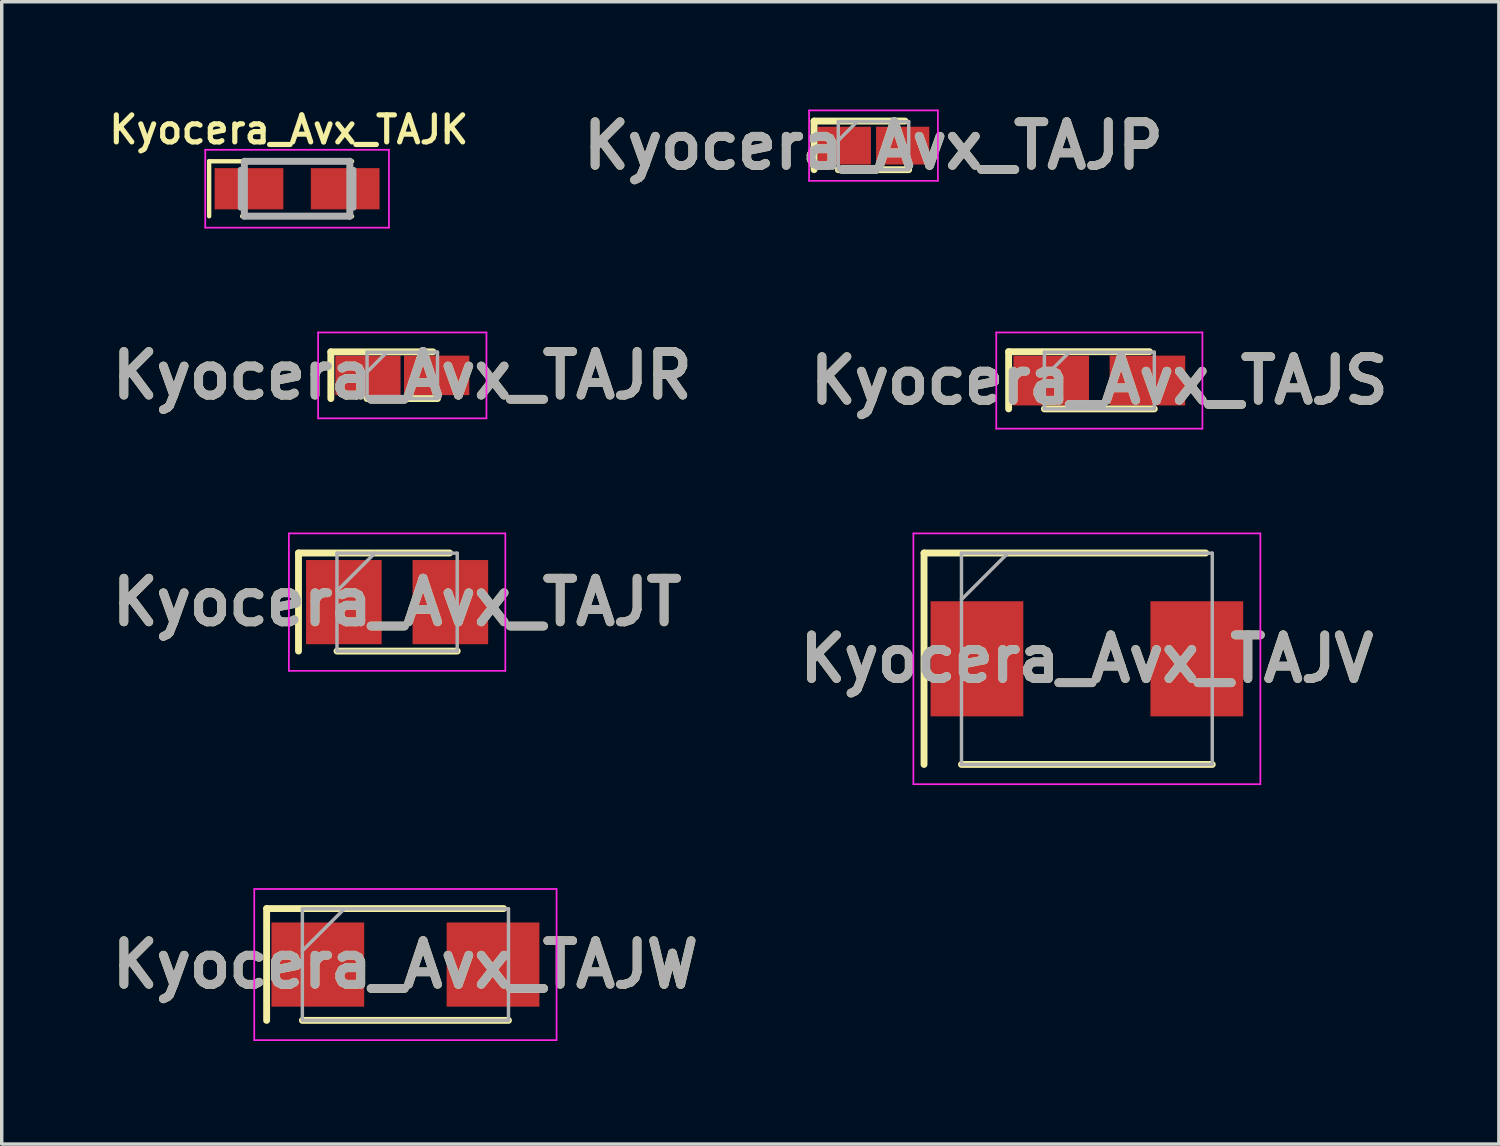
<source format=kicad_pcb>
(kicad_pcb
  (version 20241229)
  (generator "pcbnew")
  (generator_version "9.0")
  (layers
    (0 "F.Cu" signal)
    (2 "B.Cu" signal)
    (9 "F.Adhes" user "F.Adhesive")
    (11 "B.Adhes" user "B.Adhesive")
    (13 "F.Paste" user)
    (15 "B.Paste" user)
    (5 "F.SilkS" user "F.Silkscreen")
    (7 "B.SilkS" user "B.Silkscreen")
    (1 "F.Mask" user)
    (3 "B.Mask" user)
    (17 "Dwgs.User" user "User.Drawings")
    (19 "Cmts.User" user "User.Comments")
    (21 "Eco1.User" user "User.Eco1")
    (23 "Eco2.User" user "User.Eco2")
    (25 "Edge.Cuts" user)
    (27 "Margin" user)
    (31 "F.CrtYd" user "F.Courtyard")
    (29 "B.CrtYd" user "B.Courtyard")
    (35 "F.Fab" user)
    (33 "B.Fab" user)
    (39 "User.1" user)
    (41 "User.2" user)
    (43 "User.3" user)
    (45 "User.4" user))
  (footprint "Kyocera_Avx_TAJT"
    (layer "F.Cu")
    (at 8.509 14.477)
    (property "Reference" "Kyocera_Avx_TAJT" (at 0 0 0) (layer "F.SilkS") (effects (font (size 1.27 1.27) (thickness 0.254))))
    (attr smd)
    (fp_line (start -2.87 -1.43) (end -2.87 1.425) (stroke (width 0.2) (type solid)) (layer "F.SilkS"))
    (fp_line (start -1.75 1.425) (end 1.75 1.425) (stroke (width 0.2) (type solid)) (layer "F.SilkS"))
    (fp_line (start 1.53 -1.43) (end -2.87 -1.43) (stroke (width 0.2) (type solid)) (layer "F.SilkS"))
    (fp_line (start -3.15 -2) (end 3.15 -2) (stroke (width 0.05) (type solid)) (layer "F.CrtYd"))
    (fp_line (start -3.15 2) (end -3.15 -2) (stroke (width 0.05) (type solid)) (layer "F.CrtYd"))
    (fp_line (start 3.15 -2) (end 3.15 2) (stroke (width 0.05) (type solid)) (layer "F.CrtYd"))
    (fp_line (start 3.15 2) (end -3.15 2) (stroke (width 0.05) (type solid)) (layer "F.CrtYd"))
    (fp_line (start -1.75 -1.425) (end 1.75 -1.425) (stroke (width 0.1) (type solid)) (layer "F.Fab"))
    (fp_line (start -1.75 -0.325) (end -0.65 -1.425) (stroke (width 0.1) (type solid)) (layer "F.Fab"))
    (fp_line (start -1.75 1.425) (end -1.75 -1.425) (stroke (width 0.1) (type solid)) (layer "F.Fab"))
    (fp_line (start 1.75 -1.425) (end 1.75 1.425) (stroke (width 0.1) (type solid)) (layer "F.Fab"))
    (fp_line (start 1.75 1.425) (end -1.75 1.425) (stroke (width 0.1) (type solid)) (layer "F.Fab"))
    (fp_text user "${REFERENCE}" (at 0 0 0) (layer "F.Fab") (effects (font (size 1.27 1.27) (thickness 0.254))))
    (pad "1" smd rect (at -1.55 0) (size 2.2 2.45) (layers "F.Cu" "F.Mask" "F.Paste"))
    (pad "2" smd rect (at 1.55 0) (size 2.2 2.45) (layers "F.Cu" "F.Mask" "F.Paste")))
  (footprint "Kyocera_Avx_TAJK"
    (layer "F.Cu")
    (at 5.598 2.444)
    (property "Reference" "Kyocera_Avx_TAJK" (at -0.24 -1.72 0) (layer "F.SilkS") (effects (font (size 0.787 0.787) (thickness 0.15))))
    (attr smd)
    (fp_line (start -2.56 -0.8) (end -2.56 0.8) (stroke (width 0.127) (type solid)) (layer "F.SilkS"))
    (fp_line (start -2.56 -0.8) (end 1.6 -0.8) (stroke (width 0.127) (type solid)) (layer "F.SilkS"))
    (fp_line (start -1.6 0.8) (end 1.6 0.8) (stroke (width 0.127) (type solid)) (layer "F.SilkS"))
    (fp_line (start -2.673 -1.133) (end 2.673 -1.133) (stroke (width 0.051) (type solid)) (layer "F.CrtYd"))
    (fp_line (start -2.673 1.133) (end -2.673 -1.133) (stroke (width 0.051) (type solid)) (layer "F.CrtYd"))
    (fp_line (start 2.673 -1.133) (end 2.673 1.133) (stroke (width 0.051) (type solid)) (layer "F.CrtYd"))
    (fp_line (start 2.673 1.133) (end -2.673 1.133) (stroke (width 0.051) (type solid)) (layer "F.CrtYd"))
    (fp_line (start -1.651 -0.559) (end -1.651 0.559) (stroke (width 0.152) (type solid)) (layer "F.Fab"))
    (fp_line (start -1.535 -0.798) (end -1.535 0.798) (stroke (width 0.203) (type solid)) (layer "F.Fab"))
    (fp_line (start -1.535 0.798) (end 1.535 0.798) (stroke (width 0.203) (type solid)) (layer "F.Fab"))
    (fp_line (start 1.535 -0.798) (end -1.535 -0.798) (stroke (width 0.203) (type solid)) (layer "F.Fab"))
    (fp_line (start 1.535 0.798) (end 1.535 -0.798) (stroke (width 0.203) (type solid)) (layer "F.Fab"))
    (fp_line (start 1.651 -0.559) (end 1.651 0.559) (stroke (width 0.152) (type solid)) (layer "F.Fab"))
    (pad "+" smd rect (at 1.4 0) (size 2 1.2) (layers "F.Cu" "F.Mask" "F.Paste"))
    (pad "-" smd rect (at -1.4 0) (size 2 1.2) (layers "F.Cu" "F.Mask" "F.Paste")))
  (footprint "Kyocera_Avx_TAJP"
    (layer "F.Cu")
    (at 22.376 1.189)
    (property "Reference" "Kyocera_Avx_TAJP" (at 0 0 0) (layer "F.SilkS") (effects (font (size 1.27 1.27) (thickness 0.254))))
    (attr smd)
    (fp_line (start -1.73 0.7) (end -1.73 -0.715) (stroke (width 0.2) (type solid)) (layer "F.SilkS"))
    (fp_line (start -1.025 0.7) (end 1.025 0.7) (stroke (width 0.2) (type solid)) (layer "F.SilkS"))
    (fp_line (start 0.92 -0.715) (end -1.73 -0.715) (stroke (width 0.2) (type solid)) (layer "F.SilkS"))
    (fp_line (start -1.875 -1.025) (end 1.875 -1.025) (stroke (width 0.05) (type solid)) (layer "F.CrtYd"))
    (fp_line (start -1.875 1.025) (end -1.875 -1.025) (stroke (width 0.05) (type solid)) (layer "F.CrtYd"))
    (fp_line (start 1.875 -1.025) (end 1.875 1.025) (stroke (width 0.05) (type solid)) (layer "F.CrtYd"))
    (fp_line (start 1.875 1.025) (end -1.875 1.025) (stroke (width 0.05) (type solid)) (layer "F.CrtYd"))
    (fp_line (start -1.025 -0.7) (end 1.025 -0.7) (stroke (width 0.1) (type solid)) (layer "F.Fab"))
    (fp_line (start -1.025 -0.15) (end -0.475 -0.7) (stroke (width 0.1) (type solid)) (layer "F.Fab"))
    (fp_line (start -1.025 0.7) (end -1.025 -0.7) (stroke (width 0.1) (type solid)) (layer "F.Fab"))
    (fp_line (start 1.025 -0.7) (end 1.025 0.7) (stroke (width 0.1) (type solid)) (layer "F.Fab"))
    (fp_line (start 1.025 0.7) (end -1.025 0.7) (stroke (width 0.1) (type solid)) (layer "F.Fab"))
    (fp_text user "${REFERENCE}" (at 0 0 0) (layer "F.Fab") (effects (font (size 1.27 1.27) (thickness 0.254))))
    (pad "1" smd rect (at -0.85 0 90) (size 1.1 1.55) (layers "F.Cu" "F.Mask" "F.Paste"))
    (pad "2" smd rect (at 0.85 0 90) (size 1.1 1.55) (layers "F.Cu" "F.Mask" "F.Paste")))
  (footprint "Kyocera_Avx_TAJV"
    (layer "F.Cu")
    (at 28.587 16.127)
    (property "Reference" "Kyocera_Avx_TAJV" (at 0 0 0) (layer "F.SilkS") (effects (font (size 1.27 1.27) (thickness 0.254))))
    (attr smd)
    (fp_line (start -4.74 3.075) (end -4.74 -3.08) (stroke (width 0.2) (type solid)) (layer "F.SilkS"))
    (fp_line (start -3.65 3.075) (end 3.65 3.075) (stroke (width 0.2) (type solid)) (layer "F.SilkS"))
    (fp_line (start 3.46 -3.08) (end -4.74 -3.08) (stroke (width 0.2) (type solid)) (layer "F.SilkS"))
    (fp_line (start -5.05 -3.65) (end 5.05 -3.65) (stroke (width 0.05) (type solid)) (layer "F.CrtYd"))
    (fp_line (start -5.05 3.65) (end -5.05 -3.65) (stroke (width 0.05) (type solid)) (layer "F.CrtYd"))
    (fp_line (start 5.05 -3.65) (end 5.05 3.65) (stroke (width 0.05) (type solid)) (layer "F.CrtYd"))
    (fp_line (start 5.05 3.65) (end -5.05 3.65) (stroke (width 0.05) (type solid)) (layer "F.CrtYd"))
    (fp_line (start -3.65 -3.075) (end 3.65 -3.075) (stroke (width 0.1) (type solid)) (layer "F.Fab"))
    (fp_line (start -3.65 -1.725) (end -2.3 -3.075) (stroke (width 0.1) (type solid)) (layer "F.Fab"))
    (fp_line (start -3.65 3.075) (end -3.65 -3.075) (stroke (width 0.1) (type solid)) (layer "F.Fab"))
    (fp_line (start 3.65 -3.075) (end 3.65 3.075) (stroke (width 0.1) (type solid)) (layer "F.Fab"))
    (fp_line (start 3.65 3.075) (end -3.65 3.075) (stroke (width 0.1) (type solid)) (layer "F.Fab"))
    (fp_text user "${REFERENCE}" (at 0 0 0) (layer "F.Fab") (effects (font (size 1.27 1.27) (thickness 0.254))))
    (pad "1" smd rect (at -3.2 0) (size 2.7 3.35) (layers "F.Cu" "F.Mask" "F.Paste"))
    (pad "2" smd rect (at 3.2 0) (size 2.7 3.35) (layers "F.Cu" "F.Mask" "F.Paste")))
  (footprint "Kyocera_Avx_TAJR"
    (layer "F.Cu")
    (at 8.66 7.877)
    (property "Reference" "Kyocera_Avx_TAJR" (at 0 0 0) (layer "F.SilkS") (effects (font (size 1.27 1.27) (thickness 0.254))))
    (attr smd)
    (fp_line (start -2.08 0.675) (end -2.08 -0.685) (stroke (width 0.2) (type solid)) (layer "F.SilkS"))
    (fp_line (start -1.025 0.675) (end 1.025 0.675) (stroke (width 0.2) (type solid)) (layer "F.SilkS"))
    (fp_line (start 0.895 -0.685) (end -2.08 -0.685) (stroke (width 0.2) (type solid)) (layer "F.SilkS"))
    (fp_line (start -2.45 -1.25) (end 2.45 -1.25) (stroke (width 0.05) (type solid)) (layer "F.CrtYd"))
    (fp_line (start -2.45 1.25) (end -2.45 -1.25) (stroke (width 0.05) (type solid)) (layer "F.CrtYd"))
    (fp_line (start 2.45 -1.25) (end 2.45 1.25) (stroke (width 0.05) (type solid)) (layer "F.CrtYd"))
    (fp_line (start 2.45 1.25) (end -2.45 1.25) (stroke (width 0.05) (type solid)) (layer "F.CrtYd"))
    (fp_line (start -1.025 -0.675) (end 1.025 -0.675) (stroke (width 0.1) (type solid)) (layer "F.Fab"))
    (fp_line (start -1.025 -0.1) (end -0.45 -0.675) (stroke (width 0.1) (type solid)) (layer "F.Fab"))
    (fp_line (start -1.025 0.675) (end -1.025 -0.675) (stroke (width 0.1) (type solid)) (layer "F.Fab"))
    (fp_line (start 1.025 -0.675) (end 1.025 0.675) (stroke (width 0.1) (type solid)) (layer "F.Fab"))
    (fp_line (start 1.025 0.675) (end -1.025 0.675) (stroke (width 0.1) (type solid)) (layer "F.Fab"))
    (fp_text user "${REFERENCE}" (at 0 0 0) (layer "F.Fab") (effects (font (size 1.27 1.27) (thickness 0.254))))
    (pad "1" smd rect (at -1 0 90) (size 1.15 1.9) (layers "F.Cu" "F.Mask" "F.Paste"))
    (pad "2" smd rect (at 1 0 90) (size 1.15 1.9) (layers "F.Cu" "F.Mask" "F.Paste")))
  (footprint "Kyocera_Avx_TAJS"
    (layer "F.Cu")
    (at 28.95 8.027)
    (property "Reference" "Kyocera_Avx_TAJS" (at 0 0 0) (layer "F.SilkS") (effects (font (size 1.27 1.27) (thickness 0.254))))
    (attr smd)
    (fp_line (start -2.64 0.825) (end -2.64 -0.84) (stroke (width 0.2) (type solid)) (layer "F.SilkS"))
    (fp_line (start -1.6 0.825) (end 1.6 0.825) (stroke (width 0.2) (type solid)) (layer "F.SilkS"))
    (fp_line (start 1.46 -0.84) (end -2.64 -0.84) (stroke (width 0.2) (type solid)) (layer "F.SilkS"))
    (fp_line (start -3 -1.4) (end 3 -1.4) (stroke (width 0.05) (type solid)) (layer "F.CrtYd"))
    (fp_line (start -3 1.4) (end -3 -1.4) (stroke (width 0.05) (type solid)) (layer "F.CrtYd"))
    (fp_line (start 3 -1.4) (end 3 1.4) (stroke (width 0.05) (type solid)) (layer "F.CrtYd"))
    (fp_line (start 3 1.4) (end -3 1.4) (stroke (width 0.05) (type solid)) (layer "F.CrtYd"))
    (fp_line (start -1.6 -0.825) (end 1.6 -0.825) (stroke (width 0.1) (type solid)) (layer "F.Fab"))
    (fp_line (start -1.6 -0.1) (end -0.875 -0.825) (stroke (width 0.1) (type solid)) (layer "F.Fab"))
    (fp_line (start -1.6 0.825) (end -1.6 -0.825) (stroke (width 0.1) (type solid)) (layer "F.Fab"))
    (fp_line (start 1.6 -0.825) (end 1.6 0.825) (stroke (width 0.1) (type solid)) (layer "F.Fab"))
    (fp_line (start 1.6 0.825) (end -1.6 0.825) (stroke (width 0.1) (type solid)) (layer "F.Fab"))
    (fp_text user "${REFERENCE}" (at 0 0 0) (layer "F.Fab") (effects (font (size 1.27 1.27) (thickness 0.254))))
    (pad "1" smd rect (at -1.4 0 90) (size 1.45 2.2) (layers "F.Cu" "F.Mask" "F.Paste"))
    (pad "2" smd rect (at 1.4 0 90) (size 1.45 2.2) (layers "F.Cu" "F.Mask" "F.Paste")))
  (footprint "Kyocera_Avx_TAJW"
    (layer "F.Cu")
    (at 8.751 25.027)
    (property "Reference" "Kyocera_Avx_TAJW" (at 0 0 0) (layer "F.SilkS") (effects (font (size 1.27 1.27) (thickness 0.254))))
    (attr smd)
    (fp_line (start -4.04 -1.63) (end -4.04 1.625) (stroke (width 0.2) (type solid)) (layer "F.SilkS"))
    (fp_line (start -3 1.625) (end 3 1.625) (stroke (width 0.2) (type solid)) (layer "F.SilkS"))
    (fp_line (start 2.86 -1.63) (end -4.04 -1.63) (stroke (width 0.2) (type solid)) (layer "F.SilkS"))
    (fp_line (start -4.4 -2.2) (end 4.4 -2.2) (stroke (width 0.05) (type solid)) (layer "F.CrtYd"))
    (fp_line (start -4.4 2.2) (end -4.4 -2.2) (stroke (width 0.05) (type solid)) (layer "F.CrtYd"))
    (fp_line (start 4.4 -2.2) (end 4.4 2.2) (stroke (width 0.05) (type solid)) (layer "F.CrtYd"))
    (fp_line (start 4.4 2.2) (end -4.4 2.2) (stroke (width 0.05) (type solid)) (layer "F.CrtYd"))
    (fp_line (start -3 -1.625) (end 3 -1.625) (stroke (width 0.1) (type solid)) (layer "F.Fab"))
    (fp_line (start -3 -0.4) (end -1.775 -1.625) (stroke (width 0.1) (type solid)) (layer "F.Fab"))
    (fp_line (start -3 1.625) (end -3 -1.625) (stroke (width 0.1) (type solid)) (layer "F.Fab"))
    (fp_line (start 3 -1.625) (end 3 1.625) (stroke (width 0.1) (type solid)) (layer "F.Fab"))
    (fp_line (start 3 1.625) (end -3 1.625) (stroke (width 0.1) (type solid)) (layer "F.Fab"))
    (fp_text user "${REFERENCE}" (at 0 0 0) (layer "F.Fab") (effects (font (size 1.27 1.27) (thickness 0.254))))
    (pad "1" smd rect (at -2.55 0 90) (size 2.45 2.7) (layers "F.Cu" "F.Mask" "F.Paste"))
    (pad "2" smd rect (at 2.55 0 90) (size 2.45 2.7) (layers "F.Cu" "F.Mask" "F.Paste")))
  (gr_rect
    (start -3 -3)
    (end 40.58 30.252)
    (stroke (width 0.1) (type default))
    (fill no)
    (layer "Edge.Cuts")))
</source>
